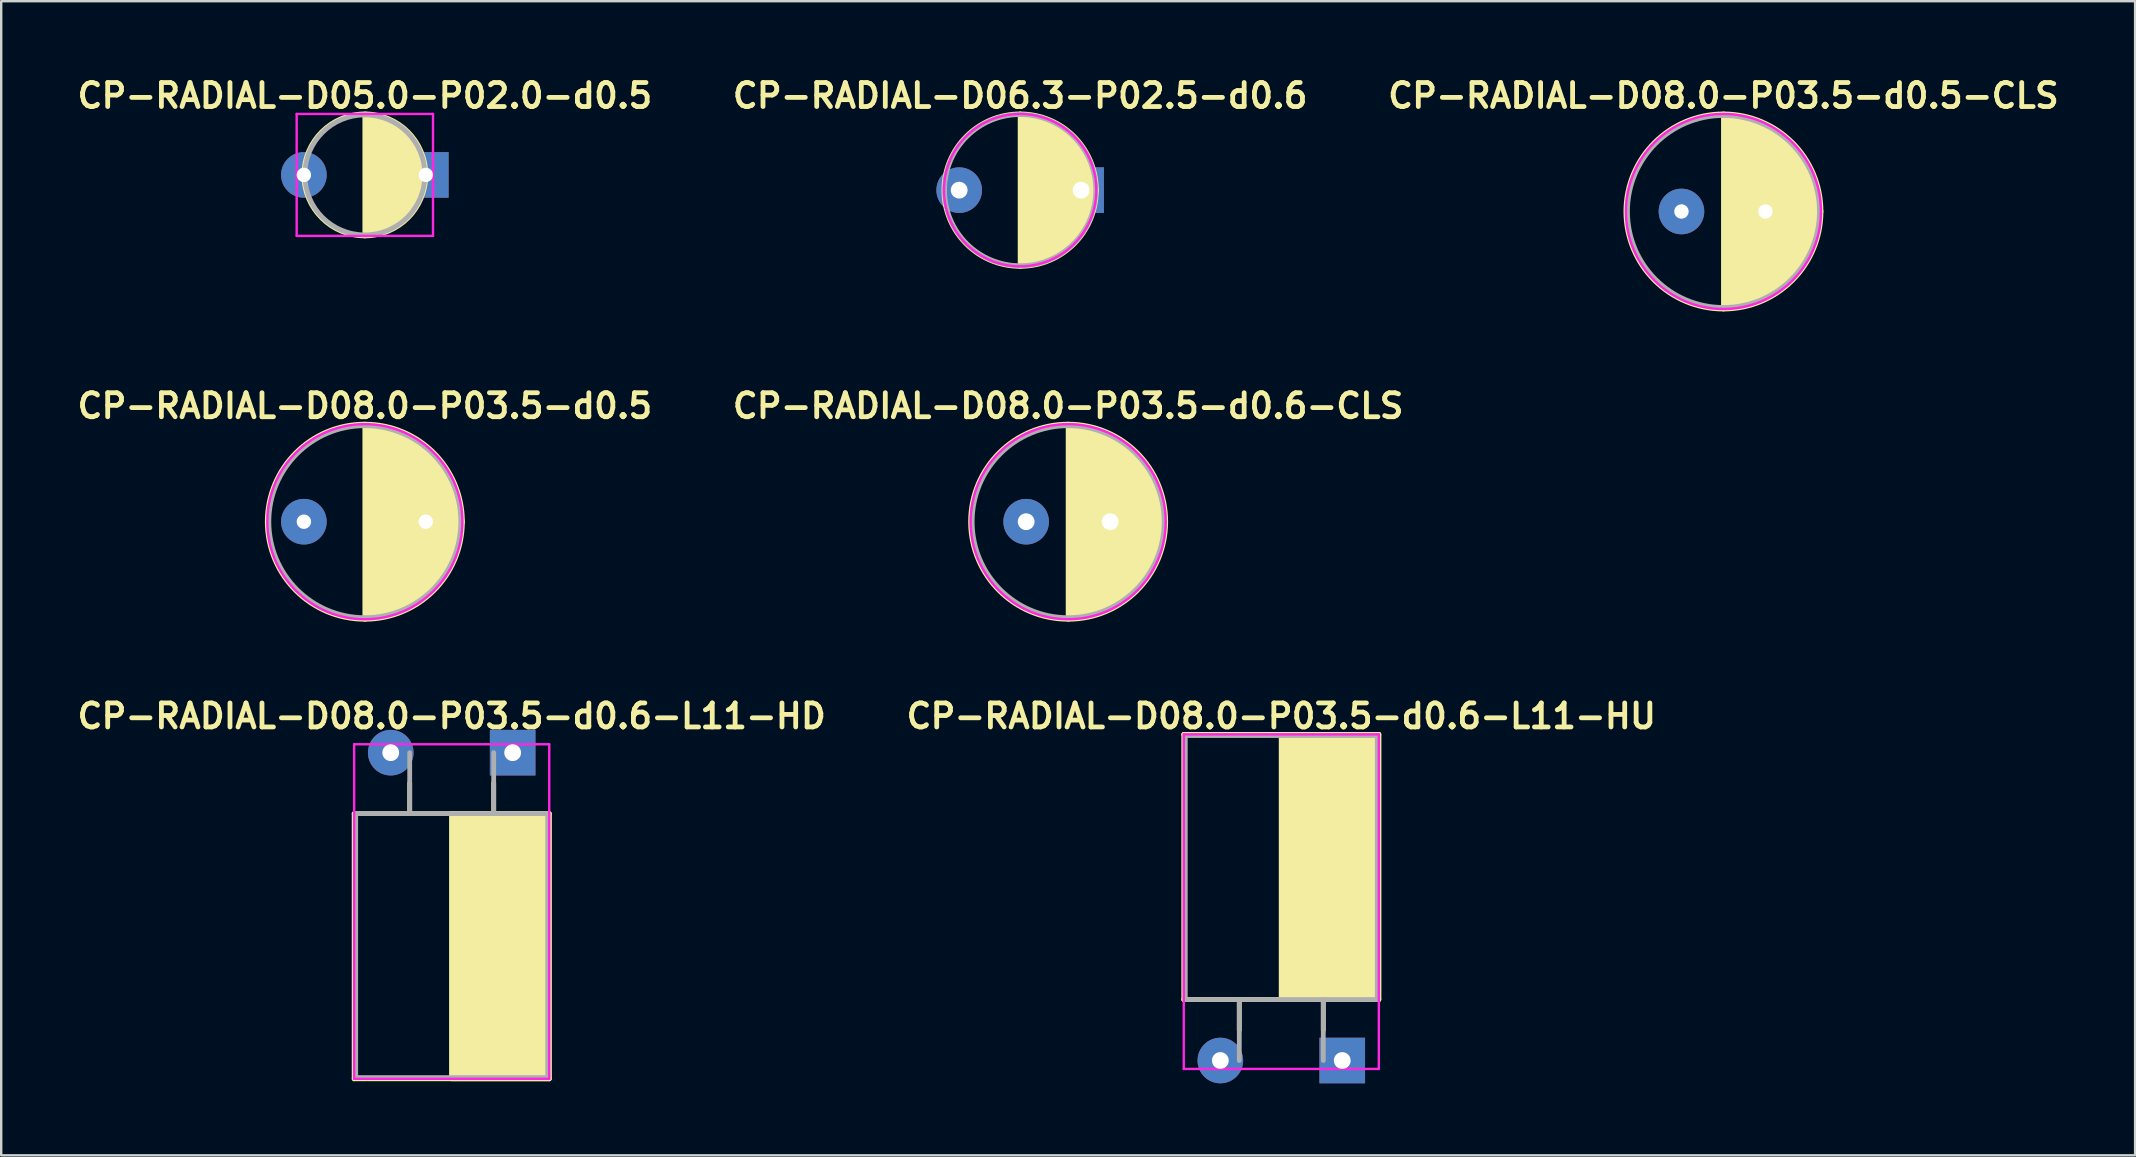
<source format=kicad_pcb>
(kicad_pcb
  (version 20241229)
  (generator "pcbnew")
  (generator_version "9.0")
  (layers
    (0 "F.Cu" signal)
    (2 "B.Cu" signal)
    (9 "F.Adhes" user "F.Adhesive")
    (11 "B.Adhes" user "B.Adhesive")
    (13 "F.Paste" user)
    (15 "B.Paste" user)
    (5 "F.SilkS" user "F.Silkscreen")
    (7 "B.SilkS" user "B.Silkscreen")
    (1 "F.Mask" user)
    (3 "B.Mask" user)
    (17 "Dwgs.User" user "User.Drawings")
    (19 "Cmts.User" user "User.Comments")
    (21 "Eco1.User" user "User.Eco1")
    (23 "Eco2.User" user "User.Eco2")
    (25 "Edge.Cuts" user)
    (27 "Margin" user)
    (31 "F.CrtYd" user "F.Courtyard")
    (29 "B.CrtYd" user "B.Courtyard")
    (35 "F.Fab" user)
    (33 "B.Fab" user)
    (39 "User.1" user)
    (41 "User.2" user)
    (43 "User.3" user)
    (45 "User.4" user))
  (footprint "CP-RADIAL-D08.0-P03.5-d0.6-L11-HU"
    (layer "F.Cu")
    (at 50.338 41.139)
    (property "Reference" "CP-RADIAL-D08.0-P03.5-d0.6-L11-HU" (at 0 -14.351 0) (layer "F.SilkS") (effects (font (size 1 1) (thickness 0.2))))
    (attr through_hole)
    (fp_line (start -4.064 -13.589) (end -4.064 -2.54) (stroke (width 0.2) (type solid)) (layer "F.SilkS"))
    (fp_line (start -4.064 -13.589) (end 4.064 -13.589) (stroke (width 0.2) (type solid)) (layer "F.SilkS"))
    (fp_line (start -4.064 -2.54) (end 4.064 -2.54) (stroke (width 0.2) (type solid)) (layer "F.SilkS"))
    (fp_line (start -1.75 -2.54) (end -1.75 -1.27) (stroke (width 0.2) (type solid)) (layer "F.SilkS"))
    (fp_line (start 0 -13.54) (end 0 -2.54) (stroke (width 0.2) (type solid)) (layer "F.SilkS"))
    (fp_line (start 1.75 -2.54) (end 1.75 -1.27) (stroke (width 0.2) (type solid)) (layer "F.SilkS"))
    (fp_line (start 4.064 -13.589) (end 4.064 -2.54) (stroke (width 0.2) (type solid)) (layer "F.SilkS"))
    (fp_poly (pts (xy 0 -13.589) (xy 4.064 -13.589) (xy 4.064 -2.54) (xy 0 -2.54)) (stroke (width 0.2) (type solid)) (fill yes) (layer "F.SilkS"))
    (fp_line (start -4.064 -13.589) (end -4.064 0.35) (stroke (width 0.1) (type solid)) (layer "F.CrtYd"))
    (fp_line (start -4.064 -13.589) (end 4.064 -13.589) (stroke (width 0.1) (type solid)) (layer "F.CrtYd"))
    (fp_line (start -4.064 0.35) (end 4.064 0.35) (stroke (width 0.1) (type solid)) (layer "F.CrtYd"))
    (fp_line (start 4.064 -13.589) (end 4.064 0.35) (stroke (width 0.1) (type solid)) (layer "F.CrtYd"))
    (fp_line (start -4 -13.54) (end -4 -2.54) (stroke (width 0.2) (type solid)) (layer "F.Fab"))
    (fp_line (start -4 -13.54) (end 4 -13.54) (stroke (width 0.2) (type solid)) (layer "F.Fab"))
    (fp_line (start -4 -2.54) (end 4 -2.54) (stroke (width 0.2) (type solid)) (layer "F.Fab"))
    (fp_line (start -1.75 -2.54) (end -1.75 0) (stroke (width 0.2) (type solid)) (layer "F.Fab"))
    (fp_line (start 1.75 -2.54) (end 1.75 0) (stroke (width 0.2) (type solid)) (layer "F.Fab"))
    (fp_line (start 4 -13.54) (end 4 -2.54) (stroke (width 0.2) (type solid)) (layer "F.Fab"))
    (pad "+" thru_hole circle (at -2.54 0) (size 1.9 1.9) (drill 0.7) (layers "*.Cu" "*.Mask"))
    (pad "-" thru_hole rect (at 2.54 0) (size 1.9 1.9) (drill 0.7) (layers "*.Cu" "*.Mask")))
  (footprint "CP-RADIAL-D05.0-P02.0-d0.5"
    (layer "F.Cu")
    (at 12.152 4.238)
    (property "Reference" "CP-RADIAL-D05.0-P02.0-d0.5" (at 0 -3.302 0) (layer "F.SilkS") (effects (font (size 1 1) (thickness 0.2))))
    (attr through_hole)
    (fp_circle (center 0 0) (end 2.54 0) (stroke (width 0.2) (type solid)) (fill no) (layer "F.SilkS"))
    (fp_poly (pts (xy 0 -2.54) (xy 0.762 -2.413) (xy 1.905 -1.651) (xy 2.54 0) (xy 1.905 1.651) (xy 0.762 2.413) (xy 0 2.54)) (stroke (width 0.2) (type solid)) (fill yes) (layer "F.SilkS"))
    (fp_line (start -2.84 -2.54) (end -2.84 2.54) (stroke (width 0.1) (type solid)) (layer "F.CrtYd"))
    (fp_line (start -2.84 -2.54) (end 2.84 -2.54) (stroke (width 0.1) (type solid)) (layer "F.CrtYd"))
    (fp_line (start -2.84 2.54) (end 2.84 2.54) (stroke (width 0.1) (type solid)) (layer "F.CrtYd"))
    (fp_line (start 2.84 -2.54) (end 2.84 2.54) (stroke (width 0.1) (type solid)) (layer "F.CrtYd"))
    (fp_circle (center 0 0) (end 2.5 0) (stroke (width 0.2) (type solid)) (fill no) (layer "F.Fab"))
    (pad "+" thru_hole circle (at -2.54 0) (size 1.9 1.9) (drill 0.6) (layers "*.Cu" "*.Mask"))
    (pad "-" thru_hole rect (at 2.54 0) (size 1.9 1.9) (drill 0.6) (layers "*.Cu" "*.Mask")))
  (footprint "CP-RADIAL-D08.0-P03.5-d0.6-CLS"
    (layer "F.Cu")
    (at 41.457 18.688)
    (property "Reference" "CP-RADIAL-D08.0-P03.5-d0.6-CLS" (at 0 -4.826 0) (layer "F.SilkS") (effects (font (size 1 1) (thickness 0.2))))
    (attr through_hole)
    (fp_circle (center 0 0) (end 4.064 0) (stroke (width 0.2) (type solid)) (fill no) (layer "F.SilkS"))
    (fp_poly (pts (xy 0 -4.064) (xy 2.159 -3.429) (xy 3.683 -1.651) (xy 4.064 0) (xy 3.683 1.651) (xy 2.159 3.429) (xy 0 4.064)) (stroke (width 0.2) (type solid)) (fill yes) (layer "F.SilkS"))
    (fp_circle (center 0 0) (end 4.064 0) (stroke (width 0.1) (type solid)) (fill no) (layer "F.CrtYd"))
    (fp_circle (center 0 0) (end 4 0) (stroke (width 0.2) (type solid)) (fill no) (layer "F.Fab"))
    (pad "+" thru_hole circle (at -1.75 0) (size 1.9 1.9) (drill 0.7) (layers "*.Cu" "*.Mask"))
    (pad "-" thru_hole rect (at 1.75 0) (size 1.9 1.9) (drill 0.7) (layers "*.Cu" "*.Mask")))
  (footprint "CP-RADIAL-D08.0-P03.5-d0.6-L11-HD"
    (layer "F.Cu")
    (at 15.771 28.312)
    (property "Reference" "CP-RADIAL-D08.0-P03.5-d0.6-L11-HD" (at 0 -1.524 0) (layer "F.SilkS") (effects (font (size 1 1) (thickness 0.2))))
    (attr through_hole)
    (fp_line (start -4.064 2.54) (end 4.064 2.54) (stroke (width 0.2) (type solid)) (layer "F.SilkS"))
    (fp_line (start -4.064 13.589) (end -4.064 2.54) (stroke (width 0.2) (type solid)) (layer "F.SilkS"))
    (fp_line (start -4.064 13.589) (end 4.064 13.589) (stroke (width 0.2) (type solid)) (layer "F.SilkS"))
    (fp_line (start -1.75 2.54) (end -1.75 1.27) (stroke (width 0.2) (type solid)) (layer "F.SilkS"))
    (fp_line (start 0 13.54) (end 0 2.54) (stroke (width 0.2) (type solid)) (layer "F.SilkS"))
    (fp_line (start 1.75 2.54) (end 1.75 1.27) (stroke (width 0.2) (type solid)) (layer "F.SilkS"))
    (fp_line (start 4.064 13.589) (end 4.064 2.54) (stroke (width 0.2) (type solid)) (layer "F.SilkS"))
    (fp_poly (pts (xy 0 2.54) (xy 4.064 2.54) (xy 4.064 13.589) (xy 0 13.589)) (stroke (width 0.2) (type solid)) (fill yes) (layer "F.SilkS"))
    (fp_line (start -4.064 -0.35) (end 4.064 -0.35) (stroke (width 0.1) (type solid)) (layer "F.CrtYd"))
    (fp_line (start -4.064 13.589) (end -4.064 -0.35) (stroke (width 0.1) (type solid)) (layer "F.CrtYd"))
    (fp_line (start -4.064 13.589) (end 4.064 13.589) (stroke (width 0.1) (type solid)) (layer "F.CrtYd"))
    (fp_line (start 4.064 13.589) (end 4.064 -0.35) (stroke (width 0.1) (type solid)) (layer "F.CrtYd"))
    (fp_line (start -4 2.54) (end 4 2.54) (stroke (width 0.2) (type solid)) (layer "F.Fab"))
    (fp_line (start -4 13.54) (end -4 2.54) (stroke (width 0.2) (type solid)) (layer "F.Fab"))
    (fp_line (start -4 13.54) (end 4 13.54) (stroke (width 0.2) (type solid)) (layer "F.Fab"))
    (fp_line (start -1.75 2.54) (end -1.75 0) (stroke (width 0.2) (type solid)) (layer "F.Fab"))
    (fp_line (start 1.75 2.54) (end 1.75 0) (stroke (width 0.2) (type solid)) (layer "F.Fab"))
    (fp_line (start 4 13.54) (end 4 2.54) (stroke (width 0.2) (type solid)) (layer "F.Fab"))
    (pad "+" thru_hole circle (at -2.54 0) (size 1.9 1.9) (drill 0.7) (layers "*.Cu" "*.Mask"))
    (pad "-" thru_hole rect (at 2.54 0) (size 1.9 1.9) (drill 0.7) (layers "*.Cu" "*.Mask")))
  (footprint "CP-RADIAL-D08.0-P03.5-d0.5-CLS"
    (layer "F.Cu")
    (at 68.762 5.762)
    (property "Reference" "CP-RADIAL-D08.0-P03.5-d0.5-CLS" (at 0 -4.826 0) (layer "F.SilkS") (effects (font (size 1 1) (thickness 0.2))))
    (attr through_hole)
    (fp_circle (center 0 0) (end 4.064 0) (stroke (width 0.2) (type solid)) (fill no) (layer "F.SilkS"))
    (fp_poly (pts (xy 0 -4.064) (xy 2.159 -3.429) (xy 3.683 -1.651) (xy 4.064 0) (xy 3.683 1.651) (xy 2.159 3.429) (xy 0 4.064)) (stroke (width 0.2) (type solid)) (fill yes) (layer "F.SilkS"))
    (fp_circle (center 0 0) (end 4.064 0) (stroke (width 0.1) (type solid)) (fill no) (layer "F.CrtYd"))
    (fp_circle (center 0 0) (end 4 0) (stroke (width 0.2) (type solid)) (fill no) (layer "F.Fab"))
    (pad "+" thru_hole circle (at -1.75 0) (size 1.9 1.9) (drill 0.6) (layers "*.Cu" "*.Mask"))
    (pad "-" thru_hole rect (at 1.75 0) (size 1.9 1.9) (drill 0.6) (layers "*.Cu" "*.Mask")))
  (footprint "CP-RADIAL-D06.3-P02.5-d0.6"
    (layer "F.Cu")
    (at 39.457 4.873)
    (property "Reference" "CP-RADIAL-D06.3-P02.5-d0.6" (at 0 -3.937 0) (layer "F.SilkS") (effects (font (size 1 1) (thickness 0.2))))
    (attr through_hole)
    (fp_circle (center 0 0) (end 3.175 0) (stroke (width 0.2) (type solid)) (fill no) (layer "F.SilkS"))
    (fp_poly (pts (xy 0 -3.175) (xy 1.651 -2.667) (xy 2.794 -1.397) (xy 3.175 0) (xy 2.794 1.397) (xy 1.651 2.667) (xy 0 3.175)) (stroke (width 0.2) (type solid)) (fill yes) (layer "F.SilkS"))
    (fp_circle (center 0 0) (end 3.175 0) (stroke (width 0.1) (type solid)) (fill no) (layer "F.CrtYd"))
    (fp_circle (center 0 0) (end 3.15 0) (stroke (width 0.2) (type solid)) (fill no) (layer "F.Fab"))
    (pad "+" thru_hole circle (at -2.54 0) (size 1.9 1.9) (drill 0.7) (layers "*.Cu" "*.Mask"))
    (pad "-" thru_hole rect (at 2.54 0) (size 1.9 1.9) (drill 0.7) (layers "*.Cu" "*.Mask")))
  (footprint "CP-RADIAL-D08.0-P03.5-d0.5"
    (layer "F.Cu")
    (at 12.152 18.688)
    (property "Reference" "CP-RADIAL-D08.0-P03.5-d0.5" (at 0 -4.826 0) (layer "F.SilkS") (effects (font (size 1 1) (thickness 0.2))))
    (attr through_hole)
    (fp_circle (center 0 0) (end 4.064 0) (stroke (width 0.2) (type solid)) (fill no) (layer "F.SilkS"))
    (fp_poly (pts (xy 0 -4.064) (xy 2.159 -3.429) (xy 3.683 -1.651) (xy 4.064 0) (xy 3.683 1.651) (xy 2.159 3.429) (xy 0 4.064)) (stroke (width 0.2) (type solid)) (fill yes) (layer "F.SilkS"))
    (fp_circle (center 0 0) (end 4.064 0) (stroke (width 0.1) (type solid)) (fill no) (layer "F.CrtYd"))
    (fp_circle (center 0 0) (end 4 0) (stroke (width 0.2) (type solid)) (fill no) (layer "F.Fab"))
    (pad "+" thru_hole circle (at -2.54 0) (size 1.9 1.9) (drill 0.6) (layers "*.Cu" "*.Mask"))
    (pad "-" thru_hole rect (at 2.54 0) (size 1.9 1.9) (drill 0.6) (layers "*.Cu" "*.Mask")))
  (gr_rect
    (start -3 -3)
    (end 85.914 45.089)
    (stroke (width 0.1) (type default))
    (fill no)
    (layer "Edge.Cuts")))
</source>
